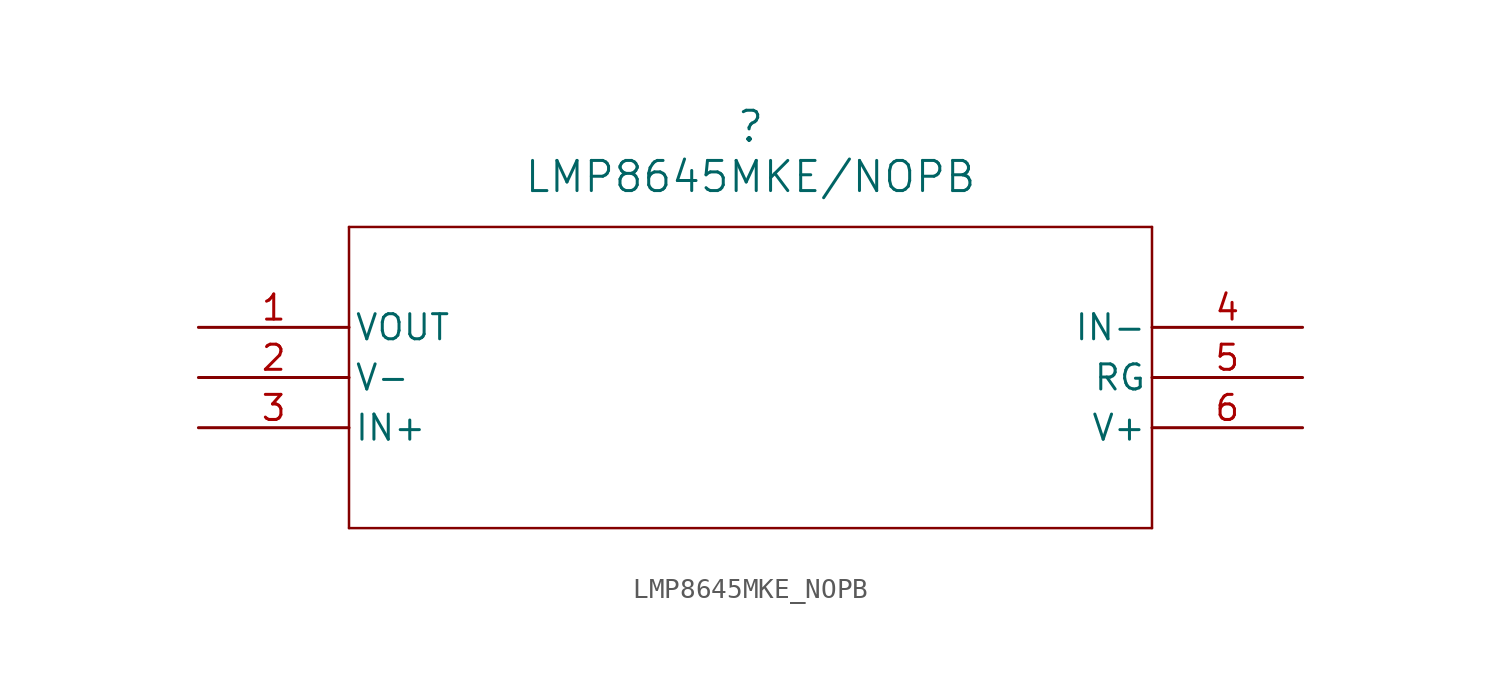
<source format=kicad_sym>
(kicad_symbol_lib
  (version 20211014)
  (generator kicad_symbol_editor)
  (symbol "LMP8645MKE_NOPB"
    (pin_names
      (offset 0.254))
    (property "Reference" ""
      (at 27.94 10.16 0)
      (effects (font (size 1.524 1.524))))
    (property "Value" "LMP8645MKE/NOPB"
      (at 27.94 7.62 0)
      (effects (font (size 1.524 1.524))))
    (symbol "LMP8645MKE_NOPB_0_1"
      (polyline (pts (xy 7.62 5.08) (xy 7.62 -10.16)) (stroke (width 0.127) (type default) (color 0 0 0 0)) (fill (type none)))
      (polyline (pts (xy 7.62 -10.16) (xy 48.26 -10.16)) (stroke (width 0.127) (type default) (color 0 0 0 0)) (fill (type none)))
      (polyline (pts (xy 48.26 -10.16) (xy 48.26 5.08)) (stroke (width 0.127) (type default) (color 0 0 0 0)) (fill (type none)))
      (polyline (pts (xy 48.26 5.08) (xy 7.62 5.08)) (stroke (width 0.127) (type default) (color 0 0 0 0)) (fill (type none)))
      (pin output line (at 0 0 0) (length 7.62) (name "VOUT" (effects (font (size 1.27 1.27)))) (number "1" (effects (font (size 1.27 1.27)))))
      (pin power_in line (at 0 -2.54 0) (length 7.62) (name "V-" (effects (font (size 1.27 1.27)))) (number "2" (effects (font (size 1.27 1.27)))))
      (pin input line (at 0 -5.08 0) (length 7.62) (name "IN+" (effects (font (size 1.27 1.27)))) (number "3" (effects (font (size 1.27 1.27)))))
      (pin input line (at 55.88 0 180) (length 7.62) (name "IN-" (effects (font (size 1.27 1.27)))) (number "4" (effects (font (size 1.27 1.27)))))
      (pin unspecified line (at 55.88 -2.54 180) (length 7.62) (name "RG" (effects (font (size 1.27 1.27)))) (number "5" (effects (font (size 1.27 1.27)))))
      (pin power_in line (at 55.88 -5.08 180) (length 7.62) (name "V+" (effects (font (size 1.27 1.27)))) (number "6" (effects (font (size 1.27 1.27))))))))
</source>
